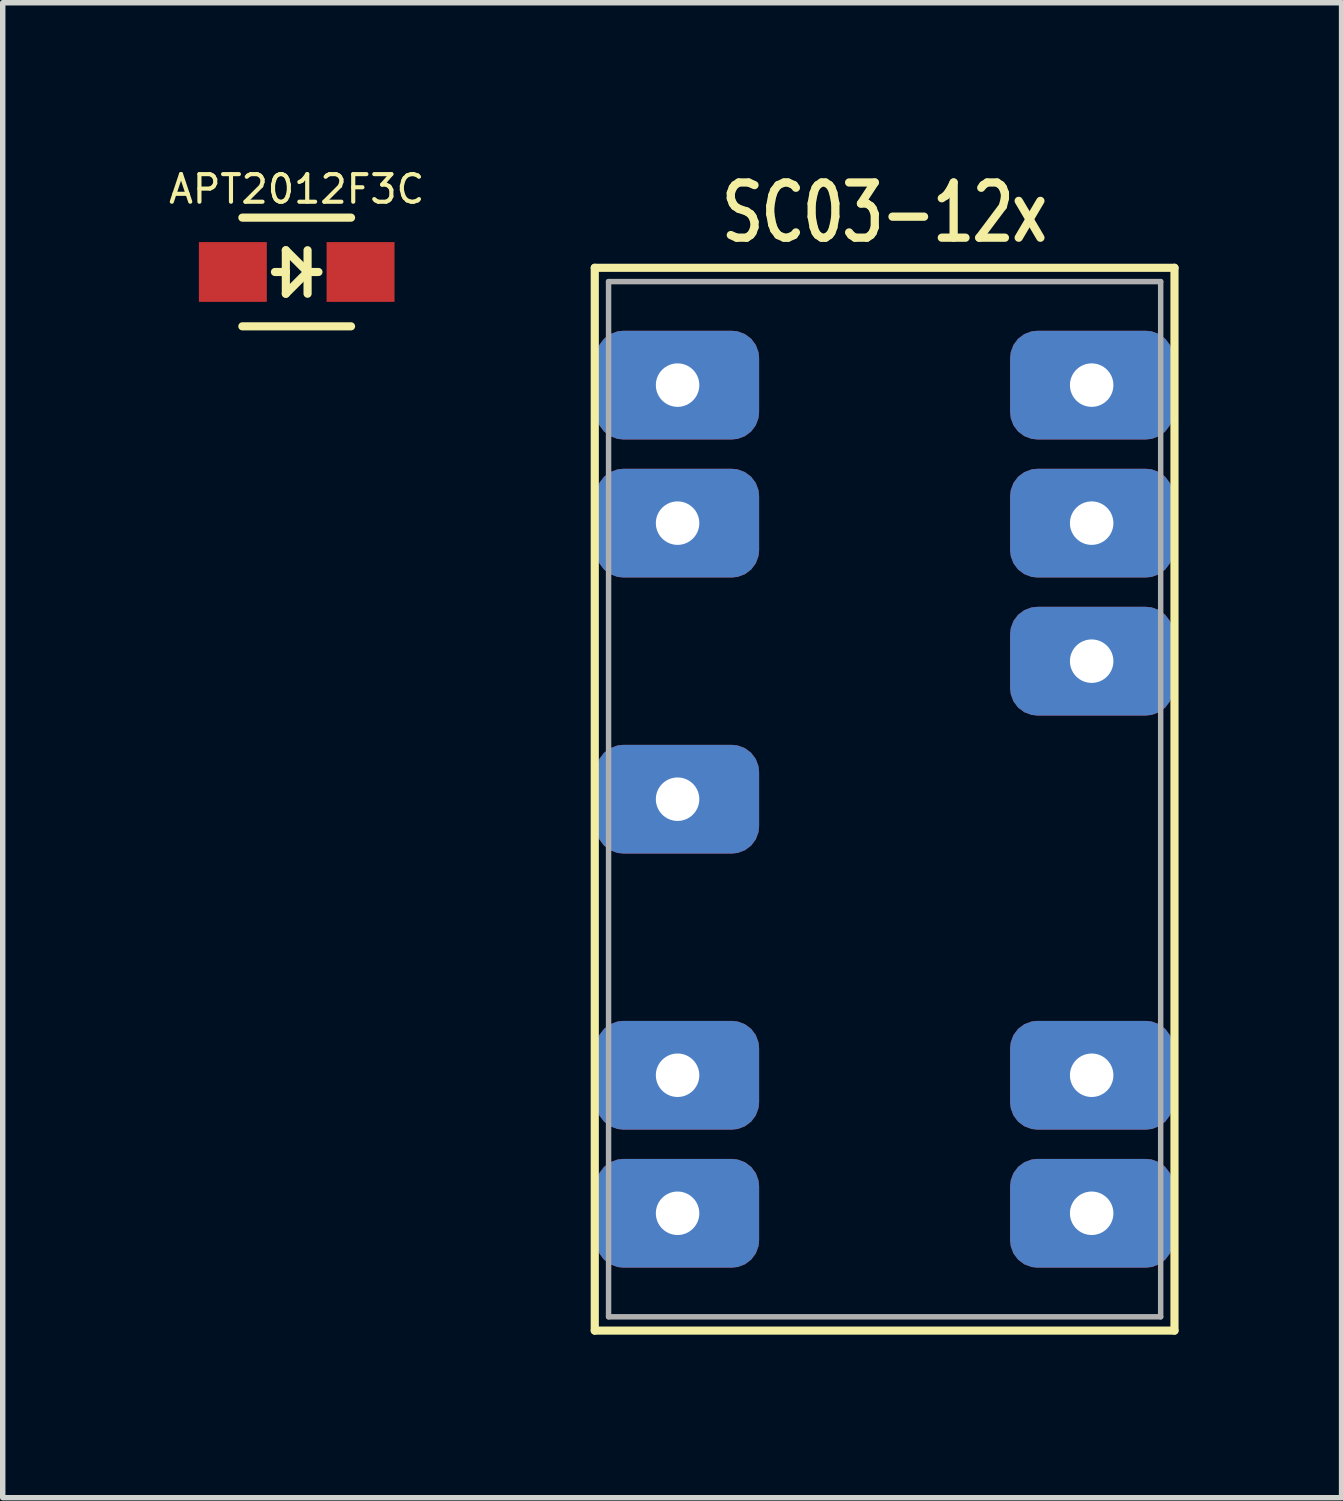
<source format=kicad_pcb>
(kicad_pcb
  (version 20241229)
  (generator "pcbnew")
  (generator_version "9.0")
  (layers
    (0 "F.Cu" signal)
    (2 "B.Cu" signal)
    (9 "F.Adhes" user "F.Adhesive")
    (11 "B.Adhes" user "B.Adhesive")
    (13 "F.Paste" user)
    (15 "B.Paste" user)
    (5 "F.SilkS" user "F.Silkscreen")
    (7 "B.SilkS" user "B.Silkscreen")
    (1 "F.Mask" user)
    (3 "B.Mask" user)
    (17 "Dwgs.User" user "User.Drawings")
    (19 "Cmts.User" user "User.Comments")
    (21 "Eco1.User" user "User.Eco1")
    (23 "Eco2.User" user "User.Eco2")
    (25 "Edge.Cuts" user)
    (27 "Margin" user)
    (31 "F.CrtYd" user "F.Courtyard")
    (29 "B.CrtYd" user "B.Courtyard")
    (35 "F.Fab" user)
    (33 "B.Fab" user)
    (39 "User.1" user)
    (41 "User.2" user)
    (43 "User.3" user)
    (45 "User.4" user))
  (footprint "APT2012F3C"
    (layer "F.Cu")
    (at 2.41 1.955)
    (property "Reference" "APT2012F3C" (at 0 -1.524 0) (layer "F.SilkS") (effects (font (size 0.508 0.508) (thickness 0.076))))
    (attr through_hole)
    (fp_line (start -1 -1) (end 1 -1) (stroke (width 0.15) (type solid)) (layer "F.SilkS"))
    (fp_line (start -0.4 0) (end -0.2 0) (stroke (width 0.15) (type solid)) (layer "F.SilkS"))
    (fp_line (start -0.2 -0.4) (end 0.2 0) (stroke (width 0.15) (type solid)) (layer "F.SilkS"))
    (fp_line (start -0.2 0) (end -0.2 -0.4) (stroke (width 0.15) (type solid)) (layer "F.SilkS"))
    (fp_line (start -0.2 0.4) (end -0.2 0) (stroke (width 0.15) (type solid)) (layer "F.SilkS"))
    (fp_line (start 0.2 -0.4) (end 0.2 0.4) (stroke (width 0.15) (type solid)) (layer "F.SilkS"))
    (fp_line (start 0.2 0) (end -0.2 0.4) (stroke (width 0.15) (type solid)) (layer "F.SilkS"))
    (fp_line (start 0.4 0) (end 0.2 0) (stroke (width 0.15) (type solid)) (layer "F.SilkS"))
    (fp_line (start 1 1) (end -1 1) (stroke (width 0.15) (type solid)) (layer "F.SilkS"))
    (pad "1" smd rect (at -1.175 0) (size 1.25 1.1) (layers "F.Cu" "F.Mask" "F.Paste"))
    (pad "2" smd rect (at 1.175 0) (size 1.25 1.1) (layers "F.Cu" "F.Mask" "F.Paste")))
  (footprint "SC03-12x"
    (layer "F.Cu")
    (at 13.229 11.657)
    (property "Reference" "SC03-12x" (at 0 -10.795 0) (layer "F.SilkS") (effects (font (size 1.016 0.762) (thickness 0.152))))
    (attr through_hole)
    (fp_line (start -5.334 -9.779) (end 5.334 -9.779) (stroke (width 0.15) (type solid)) (layer "F.SilkS"))
    (fp_line (start -5.334 9.779) (end -5.334 -9.779) (stroke (width 0.15) (type solid)) (layer "F.SilkS"))
    (fp_line (start 5.334 -9.779) (end 5.334 9.779) (stroke (width 0.15) (type solid)) (layer "F.SilkS"))
    (fp_line (start 5.334 9.779) (end -5.334 9.779) (stroke (width 0.15) (type solid)) (layer "F.SilkS"))
    (fp_line (start -5.08 -9.525) (end -5.08 9.525) (stroke (width 0.1) (type solid)) (layer "F.Fab"))
    (fp_line (start -5.08 9.525) (end 5.08 9.525) (stroke (width 0.1) (type solid)) (layer "F.Fab"))
    (fp_line (start 5.08 -9.525) (end -5.08 -9.525) (stroke (width 0.1) (type solid)) (layer "F.Fab"))
    (fp_line (start 5.08 9.525) (end 5.08 -9.525) (stroke (width 0.1) (type solid)) (layer "F.Fab"))
    (pad "1" thru_hole roundrect (at -3.81 -7.62) (size 3 2) (drill 0.8) (layers "*.Cu" "*.Mask") (roundrect_rratio 0.25))
    (pad "2" thru_hole roundrect (at -3.81 -5.08) (size 3 2) (drill 0.8) (layers "*.Cu" "*.Mask") (roundrect_rratio 0.25))
    (pad "4" thru_hole roundrect (at -3.81 0) (size 3 2) (drill 0.8) (layers "*.Cu" "*.Mask") (roundrect_rratio 0.25))
    (pad "6" thru_hole roundrect (at -3.81 5.08) (size 3 2) (drill 0.8) (layers "*.Cu" "*.Mask") (roundrect_rratio 0.25))
    (pad "7" thru_hole roundrect (at -3.81 7.62) (size 3 2) (drill 0.8) (layers "*.Cu" "*.Mask") (roundrect_rratio 0.25))
    (pad "8" thru_hole roundrect (at 3.81 7.62) (size 3 2) (drill 0.8) (layers "*.Cu" "*.Mask") (roundrect_rratio 0.25))
    (pad "9" thru_hole roundrect (at 3.81 5.08) (size 3 2) (drill 0.8) (layers "*.Cu" "*.Mask") (roundrect_rratio 0.25))
    (pad "12" thru_hole roundrect (at 3.81 -2.54) (size 3 2) (drill 0.8) (layers "*.Cu" "*.Mask") (roundrect_rratio 0.25))
    (pad "13" thru_hole roundrect (at 3.81 -5.08) (size 3 2) (drill 0.8) (layers "*.Cu" "*.Mask") (roundrect_rratio 0.25))
    (pad "14" thru_hole roundrect (at 3.81 -7.62) (size 3 2) (drill 0.8) (layers "*.Cu" "*.Mask") (roundrect_rratio 0.25)))
  (gr_rect
    (start -3 -3)
    (end 21.638 24.511)
    (stroke (width 0.1) (type default))
    (fill no)
    (layer "Edge.Cuts")))
</source>
